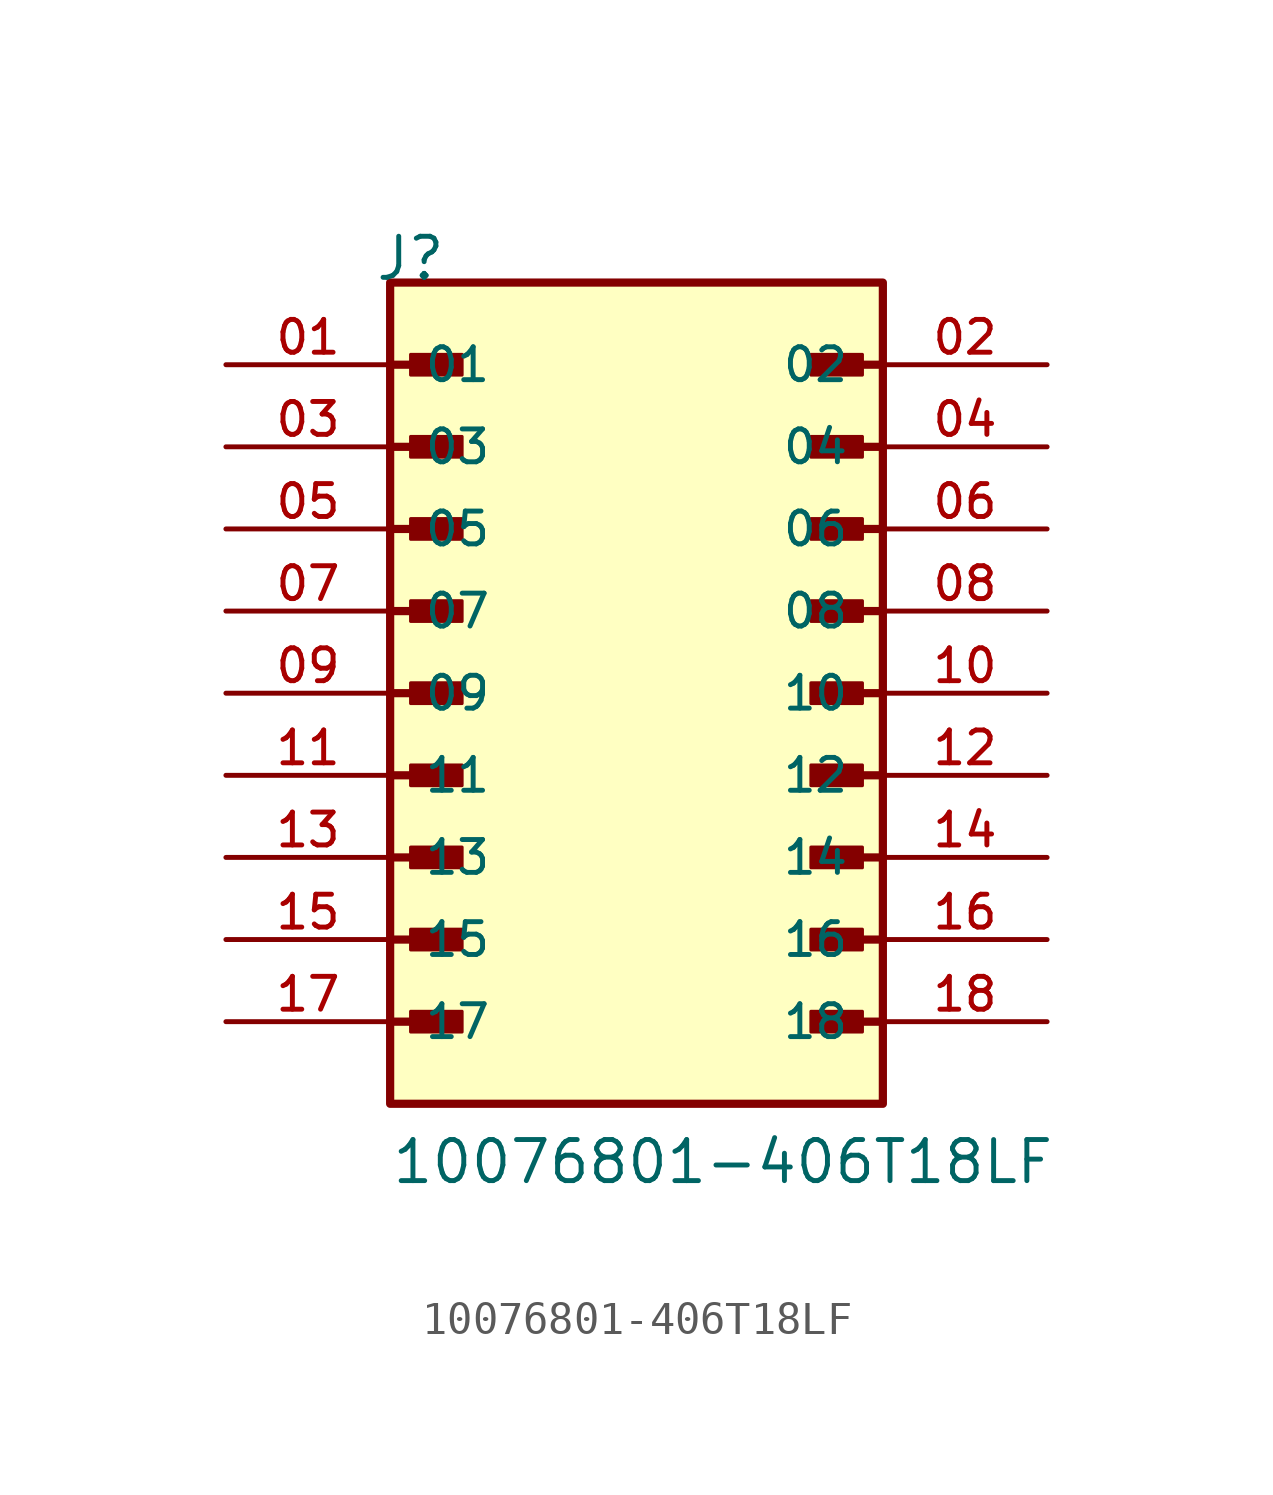
<source format=kicad_sym>
(kicad_symbol_lib
  (version 20211014)
  (generator kicad_symbol_editor)
  (symbol "10076801-406T18LF"
    (pin_names
      (offset 1.016))
    (property "Reference" "J"
      (at -8.12 12.7 0)
      (effects (font (size 1.27 1.27)) (justify bottom left)))
    (property "Value" "10076801-406T18LF"
      (at -7.62 -15.24 0)
      (effects (font (size 1.27 1.27)) (justify bottom left)))
    (symbol "10076801-406T18LF_0_0"
      (polyline (pts (xy -7.62 10.16) (xy -5.715 10.16)) (stroke (width 0.254)))
      (rectangle (start -6.985 9.842) (end -5.397 10.477) (stroke (width 0.1)) (fill (type outline)))
      (polyline (pts (xy 7.62 10.16) (xy 5.715 10.16)) (stroke (width 0.254)))
      (rectangle (start 6.985 9.842) (end 5.397 10.477) (stroke (width 0.1)) (fill (type outline)))
      (polyline (pts (xy -7.62 7.62) (xy -5.715 7.62)) (stroke (width 0.254)))
      (rectangle (start -6.985 7.303) (end -5.397 7.938) (stroke (width 0.1)) (fill (type outline)))
      (polyline (pts (xy 7.62 7.62) (xy 5.715 7.62)) (stroke (width 0.254)))
      (rectangle (start 6.985 7.303) (end 5.397 7.938) (stroke (width 0.1)) (fill (type outline)))
      (polyline (pts (xy -7.62 5.08) (xy -5.715 5.08)) (stroke (width 0.254)))
      (rectangle (start -6.985 4.763) (end -5.397 5.397) (stroke (width 0.1)) (fill (type outline)))
      (polyline (pts (xy 7.62 5.08) (xy 5.715 5.08)) (stroke (width 0.254)))
      (rectangle (start 6.985 4.763) (end 5.397 5.397) (stroke (width 0.1)) (fill (type outline)))
      (polyline (pts (xy -7.62 2.54) (xy -5.715 2.54)) (stroke (width 0.254)))
      (rectangle (start -6.985 2.223) (end -5.397 2.857) (stroke (width 0.1)) (fill (type outline)))
      (polyline (pts (xy 7.62 2.54) (xy 5.715 2.54)) (stroke (width 0.254)))
      (rectangle (start 6.985 2.223) (end 5.397 2.857) (stroke (width 0.1)) (fill (type outline)))
      (polyline (pts (xy -7.62 0.0) (xy -5.715 0.0)) (stroke (width 0.254)))
      (rectangle (start -6.985 -0.318) (end -5.397 0.318) (stroke (width 0.1)) (fill (type outline)))
      (polyline (pts (xy 7.62 0.0) (xy 5.715 0.0)) (stroke (width 0.254)))
      (rectangle (start 6.985 -0.318) (end 5.397 0.318) (stroke (width 0.1)) (fill (type outline)))
      (polyline (pts (xy -7.62 -2.54) (xy -5.715 -2.54)) (stroke (width 0.254)))
      (rectangle (start -6.985 -2.857) (end -5.397 -2.223) (stroke (width 0.1)) (fill (type outline)))
      (polyline (pts (xy 7.62 -2.54) (xy 5.715 -2.54)) (stroke (width 0.254)))
      (rectangle (start 6.985 -2.857) (end 5.397 -2.223) (stroke (width 0.1)) (fill (type outline)))
      (polyline (pts (xy -7.62 -5.08) (xy -5.715 -5.08)) (stroke (width 0.254)))
      (rectangle (start -6.985 -5.397) (end -5.397 -4.763) (stroke (width 0.1)) (fill (type outline)))
      (polyline (pts (xy 7.62 -5.08) (xy 5.715 -5.08)) (stroke (width 0.254)))
      (rectangle (start 6.985 -5.397) (end 5.397 -4.763) (stroke (width 0.1)) (fill (type outline)))
      (polyline (pts (xy -7.62 -7.62) (xy -5.715 -7.62)) (stroke (width 0.254)))
      (rectangle (start -6.985 -7.938) (end -5.397 -7.303) (stroke (width 0.1)) (fill (type outline)))
      (polyline (pts (xy 7.62 -7.62) (xy 5.715 -7.62)) (stroke (width 0.254)))
      (rectangle (start 6.985 -7.938) (end 5.397 -7.303) (stroke (width 0.1)) (fill (type outline)))
      (polyline (pts (xy -7.62 -10.16) (xy -5.715 -10.16)) (stroke (width 0.254)))
      (rectangle (start -6.985 -10.477) (end -5.397 -9.842) (stroke (width 0.1)) (fill (type outline)))
      (polyline (pts (xy 7.62 -10.16) (xy 5.715 -10.16)) (stroke (width 0.254)))
      (rectangle (start 6.985 -10.477) (end 5.397 -9.842) (stroke (width 0.1)) (fill (type outline)))
      (rectangle (start -7.62 -12.7) (end 7.62 12.7) (stroke (width 0.254)) (fill (type background)))
      (pin passive line (at -12.7 10.16 0) (length 5.08) (name "01" (effects (font (size 1.016 1.016)))) (number "01" (effects (font (size 1.016 1.016)))))
      (pin passive line (at 12.7 10.16 180.0) (length 5.08) (name "02" (effects (font (size 1.016 1.016)))) (number "02" (effects (font (size 1.016 1.016)))))
      (pin passive line (at -12.7 7.62 0) (length 5.08) (name "03" (effects (font (size 1.016 1.016)))) (number "03" (effects (font (size 1.016 1.016)))))
      (pin passive line (at 12.7 7.62 180.0) (length 5.08) (name "04" (effects (font (size 1.016 1.016)))) (number "04" (effects (font (size 1.016 1.016)))))
      (pin passive line (at -12.7 5.08 0) (length 5.08) (name "05" (effects (font (size 1.016 1.016)))) (number "05" (effects (font (size 1.016 1.016)))))
      (pin passive line (at 12.7 5.08 180.0) (length 5.08) (name "06" (effects (font (size 1.016 1.016)))) (number "06" (effects (font (size 1.016 1.016)))))
      (pin passive line (at -12.7 2.54 0) (length 5.08) (name "07" (effects (font (size 1.016 1.016)))) (number "07" (effects (font (size 1.016 1.016)))))
      (pin passive line (at 12.7 2.54 180.0) (length 5.08) (name "08" (effects (font (size 1.016 1.016)))) (number "08" (effects (font (size 1.016 1.016)))))
      (pin passive line (at -12.7 0.0 0) (length 5.08) (name "09" (effects (font (size 1.016 1.016)))) (number "09" (effects (font (size 1.016 1.016)))))
      (pin passive line (at 12.7 0.0 180.0) (length 5.08) (name "10" (effects (font (size 1.016 1.016)))) (number "10" (effects (font (size 1.016 1.016)))))
      (pin passive line (at -12.7 -2.54 0) (length 5.08) (name "11" (effects (font (size 1.016 1.016)))) (number "11" (effects (font (size 1.016 1.016)))))
      (pin passive line (at 12.7 -2.54 180.0) (length 5.08) (name "12" (effects (font (size 1.016 1.016)))) (number "12" (effects (font (size 1.016 1.016)))))
      (pin passive line (at -12.7 -5.08 0) (length 5.08) (name "13" (effects (font (size 1.016 1.016)))) (number "13" (effects (font (size 1.016 1.016)))))
      (pin passive line (at 12.7 -5.08 180.0) (length 5.08) (name "14" (effects (font (size 1.016 1.016)))) (number "14" (effects (font (size 1.016 1.016)))))
      (pin passive line (at -12.7 -7.62 0) (length 5.08) (name "15" (effects (font (size 1.016 1.016)))) (number "15" (effects (font (size 1.016 1.016)))))
      (pin passive line (at 12.7 -7.62 180.0) (length 5.08) (name "16" (effects (font (size 1.016 1.016)))) (number "16" (effects (font (size 1.016 1.016)))))
      (pin passive line (at -12.7 -10.16 0) (length 5.08) (name "17" (effects (font (size 1.016 1.016)))) (number "17" (effects (font (size 1.016 1.016)))))
      (pin passive line (at 12.7 -10.16 180.0) (length 5.08) (name "18" (effects (font (size 1.016 1.016)))) (number "18" (effects (font (size 1.016 1.016))))))))
</source>
